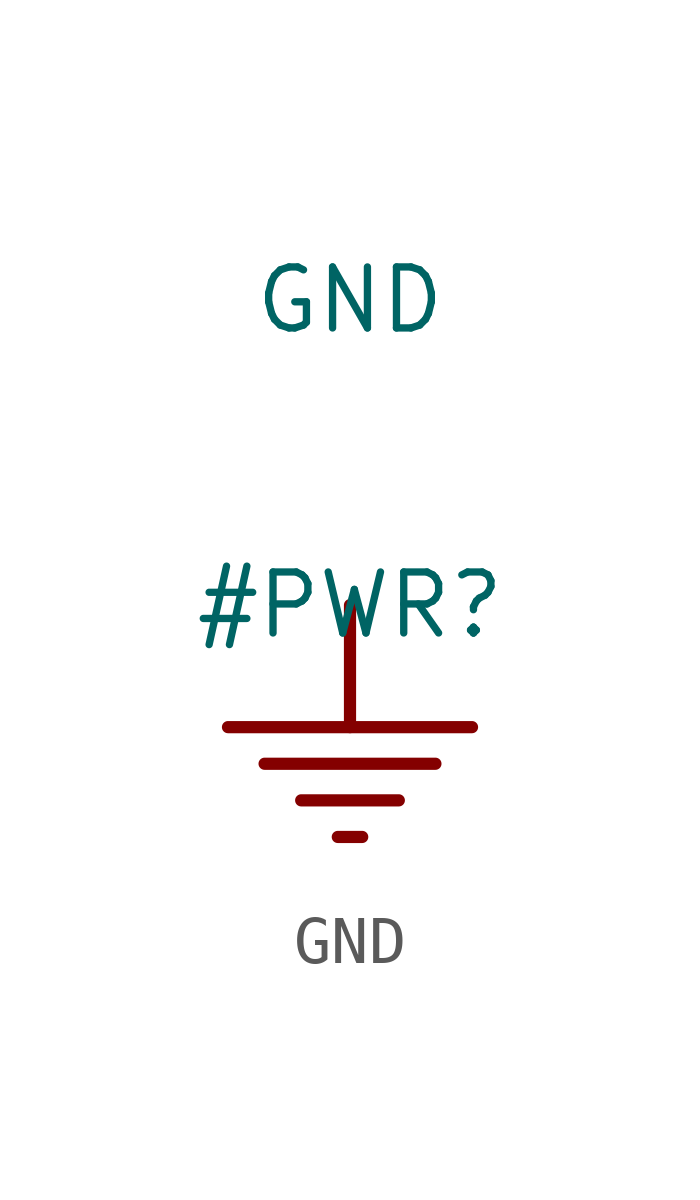
<source format=kicad_sym>
(kicad_symbol_lib
  (version 20210619)
  (generator kicad_symbol_editor)
  (symbol "e-verest-altium-import:GND"
    (power)
    (property "Reference" "#PWR"
      (at 0 0 0)
      (effects (font (size 1.27 1.27))))
    (property "Value" "GND"
      (at 0 6.35 0)
      (effects (font (size 1.27 1.27))))
    (symbol "GND_0_0"
      (polyline (pts (xy -0.254 -4.826) (xy 0.254 -4.826)) (stroke (width 0.254)) (fill (type none)))
      (polyline (pts (xy -2.54 -2.54) (xy 2.54 -2.54)) (stroke (width 0.254)) (fill (type none)))
      (polyline (pts (xy -1.778 -3.302) (xy 1.778 -3.302)) (stroke (width 0.254)) (fill (type none)))
      (polyline (pts (xy -1.016 -4.064) (xy 1.016 -4.064)) (stroke (width 0.254)) (fill (type none)))
      (polyline (pts (xy 0 0) (xy 0 -2.54)) (stroke (width 0.254)) (fill (type none)))
      (pin power_in line (at 0 0 0) (length 0) hide (name "GND" (effects (font (size 1.27 1.27)))) (number "" (effects (font (size 1.27 1.27))))))))
</source>
